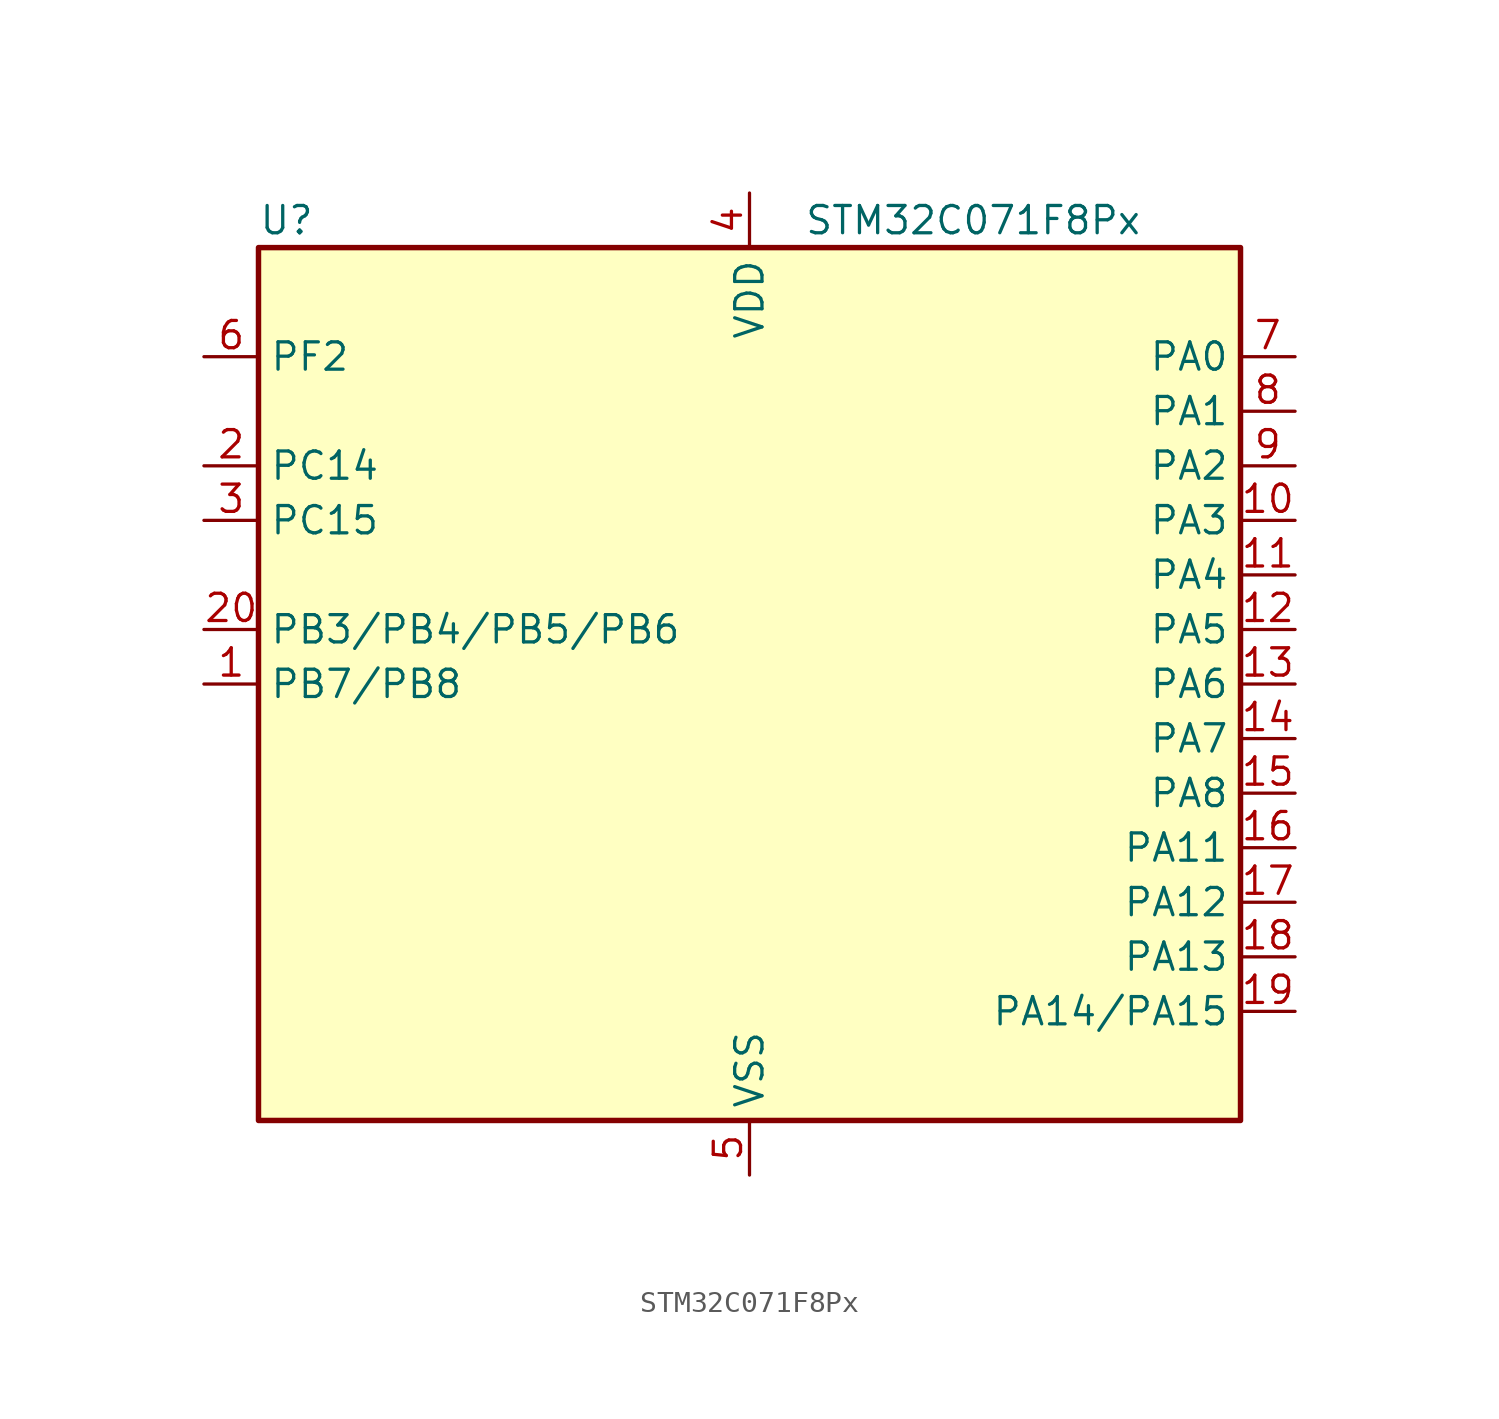
<source format=kicad_sym>
(kicad_symbol_lib
  (version 20241209)
  (generator "kicad_symbol_editor")
  (generator_version "9.0")
  (symbol "STM32C071F8Px"
    (property "Reference" "U"
      (at -22.86 21.59 0)
      (effects (font (size 1.27 1.27)) (justify left)))
    (property "Value" "STM32C071F8Px"
      (at 2.54 21.59 0)
      (effects (font (size 1.27 1.27)) (justify left)))
    (symbol "STM32C071F8Px_0_1"
      (rectangle (start -22.86 -20.32) (end 22.86 20.32) (stroke (width 0.254) (type default)) (fill (type background))))
    (symbol "STM32C071F8Px_1_1"
      (pin bidirectional line (at -25.4 15.24 0) (length 2.54) (name "PF2" (effects (font (size 1.27 1.27)))) (number "6" (effects (font (size 1.27 1.27)))) (alternate "RCC_MCO" bidirectional line) (alternate "TIM1_CH4" bidirectional line))
      (pin bidirectional line (at -25.4 10.16 0) (length 2.54) (name "PC14" (effects (font (size 1.27 1.27)))) (number "2" (effects (font (size 1.27 1.27)))) (alternate "I2C1_SDA" bidirectional line) (alternate "IR_OUT" bidirectional line) (alternate "RCC_OSCX_IN" bidirectional line) (alternate "SPI2_NSS" bidirectional line) (alternate "TIM17_CH1" bidirectional line) (alternate "TIM1_BKIN2" bidirectional line) (alternate "TIM1_ETR" bidirectional line) (alternate "TIM3_CH2" bidirectional line) (alternate "USART1_TX" bidirectional line) (alternate "USART2_CK" bidirectional line) (alternate "USART2_DE" bidirectional line) (alternate "USART2_RTS" bidirectional line))
      (pin bidirectional line (at -25.4 7.62 0) (length 2.54) (name "PC15" (effects (font (size 1.27 1.27)))) (number "3" (effects (font (size 1.27 1.27)))) (alternate "RCC_OSC32_EN" bidirectional line) (alternate "RCC_OSCX_OUT" bidirectional line) (alternate "RCC_OSC_EN" bidirectional line) (alternate "TIM1_ETR" bidirectional line) (alternate "TIM3_CH3" bidirectional line))
      (pin bidirectional line (at -25.4 2.54 0) (length 2.54) (name "PB3/PB4/PB5/PB6" (effects (font (size 1.27 1.27)))) (number "20" (effects (font (size 1.27 1.27)))) (alternate "I2C1_SCL (PB6)" bidirectional line) (alternate "I2C1_SMBA (PB5)" bidirectional line) (alternate "I2C1_SMBA (PB6)" bidirectional line) (alternate "I2C2_SCL (PB3)" bidirectional line) (alternate "I2C2_SDA (PB4)" bidirectional line) (alternate "I2S1_CK (PB3)" bidirectional line) (alternate "I2S1_CK (PB6)" bidirectional line) (alternate "I2S1_MCK (PB4)" bidirectional line) (alternate "I2S1_MCK (PB6)" bidirectional line) (alternate "I2S1_SD (PB5)" bidirectional line) (alternate "I2S1_SD (PB6)" bidirectional line) (alternate "PB3" bidirectional line) (alternate "PB4" bidirectional line) (alternate "PB5" bidirectional line) (alternate "PB6" bidirectional line) (alternate "PWR_WKUP3 (PB6)" bidirectional line) (alternate "PWR_WKUP6 (PB5)" bidirectional line) (alternate "SPI1_MISO (PB4)" bidirectional line) (alternate "SPI1_MISO (PB6)" bidirectional line) (alternate "SPI1_MOSI (PB5)" bidirectional line) (alternate "SPI1_MOSI (PB6)" bidirectional line) (alternate "SPI1_SCK (PB3)" bidirectional line) (alternate "SPI1_SCK (PB6)" bidirectional line) (alternate "SPI2_MISO (PB6)" bidirectional line) (alternate "TIM16_BKIN (PB5)" bidirectional line) (alternate "TIM16_BKIN (PB6)" bidirectional line) (alternate "TIM16_CH1N (PB6)" bidirectional line) (alternate "TIM17_BKIN (PB4)" bidirectional line) (alternate "TIM17_BKIN (PB6)" bidirectional line) (alternate "TIM1_CH2 (PB3)" bidirectional line) (alternate "TIM1_CH2 (PB6)" bidirectional line) (alternate "TIM1_CH3 (PB6)" bidirectional line) (alternate "TIM2_CH2 (PB3)" bidirectional line) (alternate "TIM3_CH1 (PB4)" bidirectional line) (alternate "TIM3_CH1 (PB6)" bidirectional line) (alternate "TIM3_CH2 (PB3)" bidirectional line) (alternate "TIM3_CH2 (PB5)" bidirectional line) (alternate "TIM3_CH2 (PB6)" bidirectional line) (alternate "TIM3_CH3 (PB5)" bidirectional line) (alternate "TIM3_CH3 (PB6)" bidirectional line) (alternate "USART1_CK (PB3)" bidirectional line) (alternate "USART1_CTS (PB4)" bidirectional line) (alternate "USART1_CTS (PB6)" bidirectional line) (alternate "USART1_DE (PB3)" bidirectional line) (alternate "USART1_NSS (PB4)" bidirectional line) (alternate "USART1_NSS (PB6)" bidirectional line) (alternate "USART1_RTS (PB3)" bidirectional line) (alternate "USART1_TX (PB6)" bidirectional line))
      (pin bidirectional line (at -25.4 0 0) (length 2.54) (name "PB7/PB8" (effects (font (size 1.27 1.27)))) (number "1" (effects (font (size 1.27 1.27)))) (alternate "I2C1_SCL (PB7)" bidirectional line) (alternate "I2C1_SCL (PB8)" bidirectional line) (alternate "I2C1_SDA (PB7)" bidirectional line) (alternate "PB7" bidirectional line) (alternate "PB8" bidirectional line) (alternate "RTC_REFIN (PB7)" bidirectional line) (alternate "SPI2_MOSI (PB7)" bidirectional line) (alternate "SPI2_SCK (PB8)" bidirectional line) (alternate "TIM16_CH1 (PB7)" bidirectional line) (alternate "TIM16_CH1 (PB8)" bidirectional line) (alternate "TIM17_CH1N (PB7)" bidirectional line) (alternate "TIM1_CH4 (PB7)" bidirectional line) (alternate "TIM3_CH1 (PB7)" bidirectional line) (alternate "TIM3_CH1 (PB8)" bidirectional line) (alternate "TIM3_CH4 (PB7)" bidirectional line) (alternate "USART1_RX (PB7)" bidirectional line) (alternate "USART2_CTS (PB7)" bidirectional line) (alternate "USART2_CTS (PB8)" bidirectional line) (alternate "USART2_NSS (PB7)" bidirectional line) (alternate "USART2_NSS (PB8)" bidirectional line))
      (pin power_in line (at 0 22.86 270) (length 2.54) (name "VDD" (effects (font (size 1.27 1.27)))) (number "4" (effects (font (size 1.27 1.27)))))
      (pin power_in line (at 0 -22.86 90) (length 2.54) (name "VSS" (effects (font (size 1.27 1.27)))) (number "5" (effects (font (size 1.27 1.27)))))
      (pin bidirectional line (at 25.4 15.24 180) (length 2.54) (name "PA0" (effects (font (size 1.27 1.27)))) (number "7" (effects (font (size 1.27 1.27)))) (alternate "ADC1_IN0" bidirectional line) (alternate "PWR_WKUP1" bidirectional line) (alternate "SPI2_SCK" bidirectional line) (alternate "TIM16_CH1" bidirectional line) (alternate "TIM1_CH1" bidirectional line) (alternate "TIM2_CH1" bidirectional line) (alternate "TIM2_ETR" bidirectional line) (alternate "USART1_TX" bidirectional line) (alternate "USART2_CTS" bidirectional line) (alternate "USART2_NSS" bidirectional line))
      (pin bidirectional line (at 25.4 12.7 180) (length 2.54) (name "PA1" (effects (font (size 1.27 1.27)))) (number "8" (effects (font (size 1.27 1.27)))) (alternate "ADC1_IN1" bidirectional line) (alternate "I2C1_SMBA" bidirectional line) (alternate "I2S1_CK" bidirectional line) (alternate "SPI1_SCK" bidirectional line) (alternate "TIM17_CH1" bidirectional line) (alternate "TIM1_CH2" bidirectional line) (alternate "TIM2_CH2" bidirectional line) (alternate "USART1_RX" bidirectional line) (alternate "USART2_CK" bidirectional line) (alternate "USART2_DE" bidirectional line) (alternate "USART2_RTS" bidirectional line))
      (pin bidirectional line (at 25.4 10.16 180) (length 2.54) (name "PA2" (effects (font (size 1.27 1.27)))) (number "9" (effects (font (size 1.27 1.27)))) (alternate "ADC1_IN2" bidirectional line) (alternate "I2S1_SD" bidirectional line) (alternate "PWR_WKUP4" bidirectional line) (alternate "RCC_LSCO" bidirectional line) (alternate "SPI1_MOSI" bidirectional line) (alternate "TIM16_CH1N" bidirectional line) (alternate "TIM1_CH3" bidirectional line) (alternate "TIM2_CH3" bidirectional line) (alternate "TIM3_ETR" bidirectional line) (alternate "USART2_TX" bidirectional line))
      (pin bidirectional line (at 25.4 7.62 180) (length 2.54) (name "PA3" (effects (font (size 1.27 1.27)))) (number "10" (effects (font (size 1.27 1.27)))) (alternate "ADC1_IN3" bidirectional line) (alternate "SPI2_MISO" bidirectional line) (alternate "TIM1_CH1N" bidirectional line) (alternate "TIM1_CH4" bidirectional line) (alternate "TIM2_CH4" bidirectional line) (alternate "USART2_RX" bidirectional line))
      (pin bidirectional line (at 25.4 5.08 180) (length 2.54) (name "PA4" (effects (font (size 1.27 1.27)))) (number "11" (effects (font (size 1.27 1.27)))) (alternate "ADC1_IN4" bidirectional line) (alternate "I2S1_WS" bidirectional line) (alternate "PWR_WKUP2" bidirectional line) (alternate "RTC_OUT1" bidirectional line) (alternate "RTC_TS" bidirectional line) (alternate "SPI1_NSS" bidirectional line) (alternate "SPI2_MOSI" bidirectional line) (alternate "TIM14_CH1" bidirectional line) (alternate "TIM17_CH1N" bidirectional line) (alternate "TIM1_CH2N" bidirectional line) (alternate "USART2_TX" bidirectional line) (alternate "USB_NOE" bidirectional line))
      (pin bidirectional line (at 25.4 2.54 180) (length 2.54) (name "PA5" (effects (font (size 1.27 1.27)))) (number "12" (effects (font (size 1.27 1.27)))) (alternate "ADC1_IN5" bidirectional line) (alternate "I2S1_CK" bidirectional line) (alternate "SPI1_SCK" bidirectional line) (alternate "TIM1_CH1" bidirectional line) (alternate "TIM1_CH3N" bidirectional line) (alternate "TIM2_CH1" bidirectional line) (alternate "TIM2_ETR" bidirectional line) (alternate "USART2_RX" bidirectional line))
      (pin bidirectional line (at 25.4 0 180) (length 2.54) (name "PA6" (effects (font (size 1.27 1.27)))) (number "13" (effects (font (size 1.27 1.27)))) (alternate "ADC1_IN6" bidirectional line) (alternate "I2C2_SDA" bidirectional line) (alternate "I2S1_MCK" bidirectional line) (alternate "SPI1_MISO" bidirectional line) (alternate "TIM16_CH1" bidirectional line) (alternate "TIM1_BKIN" bidirectional line) (alternate "TIM3_CH1" bidirectional line))
      (pin bidirectional line (at 25.4 -2.54 180) (length 2.54) (name "PA7" (effects (font (size 1.27 1.27)))) (number "14" (effects (font (size 1.27 1.27)))) (alternate "ADC1_IN7" bidirectional line) (alternate "I2C2_SCL" bidirectional line) (alternate "I2S1_SD" bidirectional line) (alternate "SPI1_MOSI" bidirectional line) (alternate "TIM14_CH1" bidirectional line) (alternate "TIM17_CH1" bidirectional line) (alternate "TIM1_CH1N" bidirectional line) (alternate "TIM3_CH2" bidirectional line))
      (pin bidirectional line (at 25.4 -5.08 180) (length 2.54) (name "PA8" (effects (font (size 1.27 1.27)))) (number "15" (effects (font (size 1.27 1.27)))) (alternate "ADC1_IN8" bidirectional line) (alternate "CRS_SYNC" bidirectional line) (alternate "I2S1_WS" bidirectional line) (alternate "RCC_MCO" bidirectional line) (alternate "RCC_MCO2" bidirectional line) (alternate "SPI1_NSS" bidirectional line) (alternate "SPI2_MISO" bidirectional line) (alternate "SPI2_NSS" bidirectional line) (alternate "TIM14_CH1" bidirectional line) (alternate "TIM1_CH1" bidirectional line) (alternate "TIM1_CH2N" bidirectional line) (alternate "TIM1_CH3N" bidirectional line) (alternate "TIM3_CH3" bidirectional line) (alternate "TIM3_CH4" bidirectional line) (alternate "USART1_RX" bidirectional line) (alternate "USART2_TX" bidirectional line))
      (pin bidirectional line (at 25.4 -7.62 180) (length 2.54) (name "PA11" (effects (font (size 1.27 1.27)))) (number "16" (effects (font (size 1.27 1.27)))) (alternate "ADC1_EXTI11" bidirectional line) (alternate "I2C2_SCL" bidirectional line) (alternate "I2S1_MCK" bidirectional line) (alternate "SPI1_MISO" bidirectional line) (alternate "TIM1_BKIN2" bidirectional line) (alternate "TIM1_CH4" bidirectional line) (alternate "USART1_CTS" bidirectional line) (alternate "USART1_NSS" bidirectional line) (alternate "USB_DM" bidirectional line))
      (pin bidirectional line (at 25.4 -10.16 180) (length 2.54) (name "PA12" (effects (font (size 1.27 1.27)))) (number "17" (effects (font (size 1.27 1.27)))) (alternate "I2C2_SDA" bidirectional line) (alternate "I2S1_SD" bidirectional line) (alternate "I2S_CKIN" bidirectional line) (alternate "SPI1_MOSI" bidirectional line) (alternate "TIM1_ETR" bidirectional line) (alternate "USART1_CK" bidirectional line) (alternate "USART1_DE" bidirectional line) (alternate "USART1_RTS" bidirectional line) (alternate "USB_DP" bidirectional line))
      (pin bidirectional line (at 25.4 -12.7 180) (length 2.54) (name "PA13" (effects (font (size 1.27 1.27)))) (number "18" (effects (font (size 1.27 1.27)))) (alternate "ADC1_IN13" bidirectional line) (alternate "DEBUG_SWDIO" bidirectional line) (alternate "IR_OUT" bidirectional line) (alternate "TIM3_ETR" bidirectional line) (alternate "USART2_RX" bidirectional line) (alternate "USB_NOE" bidirectional line))
      (pin bidirectional line (at 25.4 -15.24 180) (length 2.54) (name "PA14/PA15" (effects (font (size 1.27 1.27)))) (number "19" (effects (font (size 1.27 1.27)))) (alternate "ADC1_IN14 (PA14)" bidirectional line) (alternate "DEBUG_SWCLK (PA14)" bidirectional line) (alternate "I2S1_WS (PA14)" bidirectional line) (alternate "I2S1_WS (PA15)" bidirectional line) (alternate "PA14" bidirectional line) (alternate "PA15" bidirectional line) (alternate "RCC_MCO2 (PA14)" bidirectional line) (alternate "RCC_MCO2 (PA15)" bidirectional line) (alternate "SPI1_NSS (PA14)" bidirectional line) (alternate "SPI1_NSS (PA15)" bidirectional line) (alternate "TIM1_CH1 (PA14)" bidirectional line) (alternate "TIM1_CH1 (PA15)" bidirectional line) (alternate "TIM2_CH1 (PA15)" bidirectional line) (alternate "TIM2_ETR (PA15)" bidirectional line) (alternate "USART1_CK (PA14)" bidirectional line) (alternate "USART1_CK (PA15)" bidirectional line) (alternate "USART1_DE (PA14)" bidirectional line) (alternate "USART1_DE (PA15)" bidirectional line) (alternate "USART1_RTS (PA14)" bidirectional line) (alternate "USART1_RTS (PA15)" bidirectional line) (alternate "USART2_RX (PA14)" bidirectional line) (alternate "USART2_RX (PA15)" bidirectional line) (alternate "USART2_TX (PA14)" bidirectional line) (alternate "USB_NOE (PA15)" bidirectional line)))))
</source>
